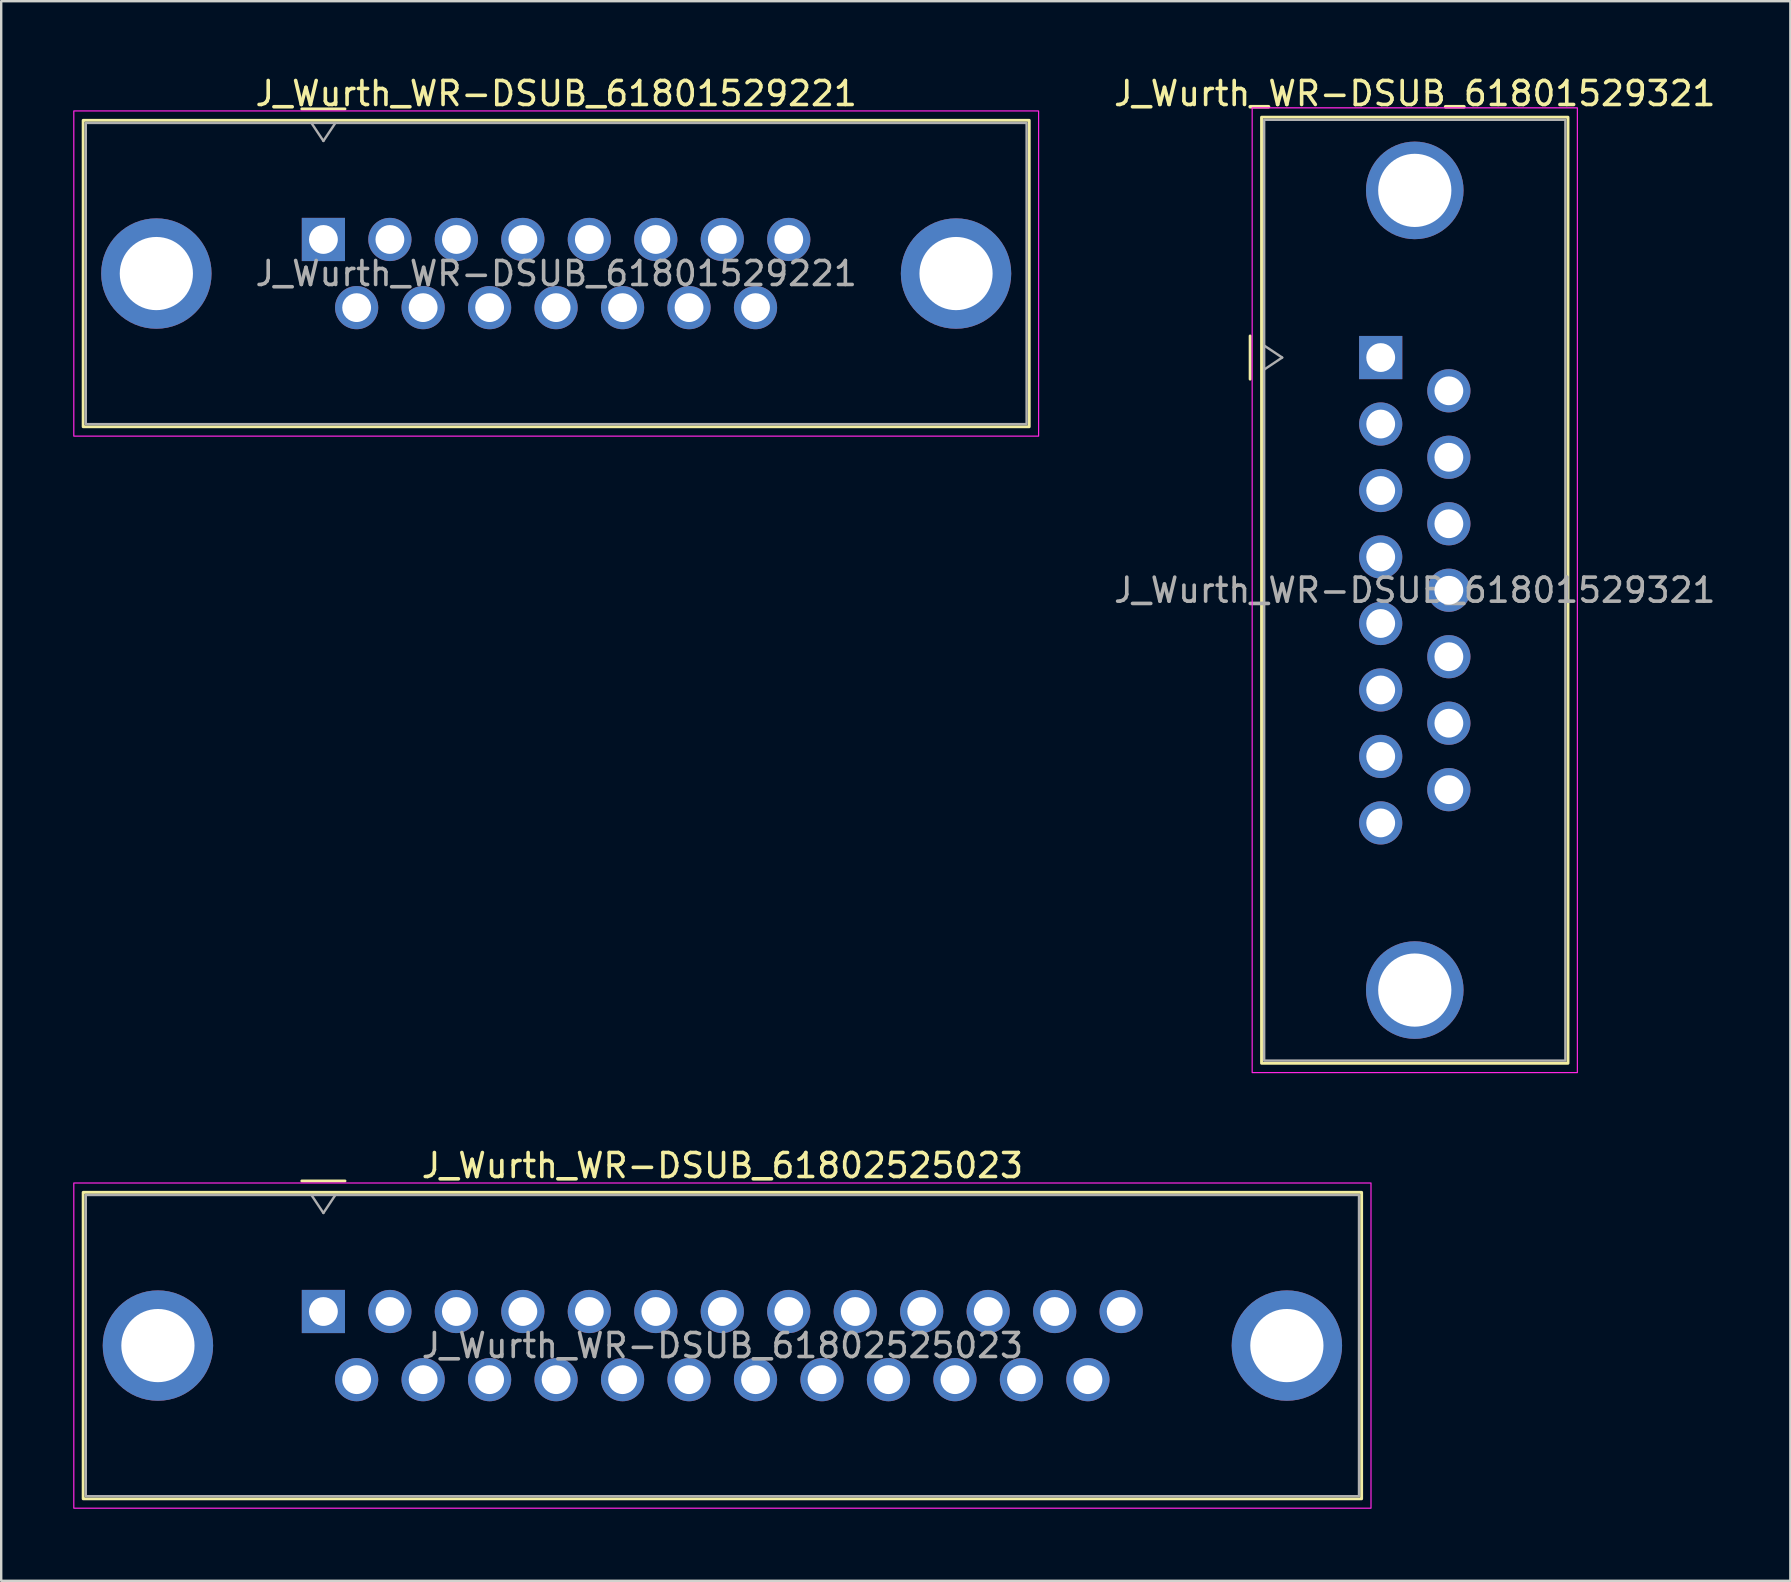
<source format=kicad_pcb>
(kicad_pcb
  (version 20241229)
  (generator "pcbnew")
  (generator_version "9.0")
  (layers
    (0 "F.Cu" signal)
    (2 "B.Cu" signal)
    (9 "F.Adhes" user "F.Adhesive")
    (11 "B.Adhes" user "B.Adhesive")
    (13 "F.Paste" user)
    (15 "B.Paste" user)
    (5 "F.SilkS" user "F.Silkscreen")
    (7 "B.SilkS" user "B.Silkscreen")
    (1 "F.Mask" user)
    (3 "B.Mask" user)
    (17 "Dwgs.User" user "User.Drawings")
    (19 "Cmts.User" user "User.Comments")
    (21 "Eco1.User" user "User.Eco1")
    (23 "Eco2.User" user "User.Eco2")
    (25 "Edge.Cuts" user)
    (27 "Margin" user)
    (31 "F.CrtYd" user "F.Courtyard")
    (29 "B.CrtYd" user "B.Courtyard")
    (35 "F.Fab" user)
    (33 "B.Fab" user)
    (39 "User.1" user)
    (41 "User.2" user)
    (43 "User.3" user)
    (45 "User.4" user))
  (footprint "J_Wurth_WR-DSUB_61801529221"
    (layer "F.Cu")
    (at 10.425 6.928)
    (property "Reference" "J_Wurth_WR-DSUB_61801529221" (at 9.7 -6.08 0) (unlocked yes) (layer "F.SilkS") (effects (font (size 1 1) (thickness 0.15))))
    (attr through_hole)
    (fp_line (start 0.9 -5.44) (end -0.9 -5.44) (stroke (width 0.12) (type solid)) (layer "F.SilkS"))
    (fp_rect (start -10.01 -4.965) (end 29.41 7.805) (stroke (width 0.12) (type solid)) (fill no) (layer "F.SilkS"))
    (fp_rect (start -10.4 -5.355) (end 29.8 8.195) (stroke (width 0.05) (type default)) (fill no) (layer "F.CrtYd"))
    (fp_line (start 0 -4.105) (end -0.5 -4.855) (stroke (width 0.1) (type solid)) (layer "F.Fab"))
    (fp_line (start 0 -4.105) (end 0.5 -4.855) (stroke (width 0.1) (type solid)) (layer "F.Fab"))
    (fp_rect (start -9.9 -4.855) (end 29.3 7.695) (stroke (width 0.1) (type solid)) (fill no) (layer "F.Fab"))
    (fp_text user "${REFERENCE}" (at 9.7 1.42 0) (unlocked yes) (layer "F.Fab") (effects (font (size 1 1) (thickness 0.15))))
    (pad "1" thru_hole rect (at 0 0) (size 1.8 1.8) (drill 1.2) (layers "*.Cu" "*.Mask"))
    (pad "2" thru_hole circle (at 2.77 0) (size 1.8 1.8) (drill 1.2) (layers "*.Cu" "*.Mask"))
    (pad "3" thru_hole circle (at 5.54 0) (size 1.8 1.8) (drill 1.2) (layers "*.Cu" "*.Mask"))
    (pad "4" thru_hole circle (at 8.31 0) (size 1.8 1.8) (drill 1.2) (layers "*.Cu" "*.Mask"))
    (pad "5" thru_hole circle (at 11.08 0) (size 1.8 1.8) (drill 1.2) (layers "*.Cu" "*.Mask"))
    (pad "6" thru_hole circle (at 13.85 0) (size 1.8 1.8) (drill 1.2) (layers "*.Cu" "*.Mask"))
    (pad "7" thru_hole circle (at 16.62 0) (size 1.8 1.8) (drill 1.2) (layers "*.Cu" "*.Mask"))
    (pad "8" thru_hole circle (at 19.39 0) (size 1.8 1.8) (drill 1.2) (layers "*.Cu" "*.Mask"))
    (pad "9" thru_hole circle (at 1.385 2.84) (size 1.8 1.8) (drill 1.2) (layers "*.Cu" "*.Mask"))
    (pad "10" thru_hole circle (at 4.155 2.84) (size 1.8 1.8) (drill 1.2) (layers "*.Cu" "*.Mask"))
    (pad "11" thru_hole circle (at 6.925 2.84) (size 1.8 1.8) (drill 1.2) (layers "*.Cu" "*.Mask"))
    (pad "12" thru_hole circle (at 9.695 2.84) (size 1.8 1.8) (drill 1.2) (layers "*.Cu" "*.Mask"))
    (pad "13" thru_hole circle (at 12.465 2.84) (size 1.8 1.8) (drill 1.2) (layers "*.Cu" "*.Mask"))
    (pad "14" thru_hole circle (at 15.235 2.84) (size 1.8 1.8) (drill 1.2) (layers "*.Cu" "*.Mask"))
    (pad "15" thru_hole circle (at 18.005 2.84) (size 1.8 1.8) (drill 1.2) (layers "*.Cu" "*.Mask"))
    (pad "S1" thru_hole circle (at -6.96 1.42) (size 4.6 4.6) (drill 3.05) (layers "*.Cu" "*.Mask"))
    (pad "S2" thru_hole circle (at 26.36 1.42) (size 4.6 4.6) (drill 3.05) (layers "*.Cu" "*.Mask")))
  (footprint "J_Wurth_WR-DSUB_61802525023"
    (layer "F.Cu")
    (at 10.425 51.596)
    (property "Reference" "J_Wurth_WR-DSUB_61802525023" (at 16.625 -6.08 0) (unlocked yes) (layer "F.SilkS") (effects (font (size 1 1) (thickness 0.15))))
    (attr through_hole)
    (fp_line (start 0.9 -5.44) (end -0.9 -5.44) (stroke (width 0.12) (type solid)) (layer "F.SilkS"))
    (fp_rect (start -10.01 -4.965) (end 43.26 7.805) (stroke (width 0.12) (type solid)) (fill no) (layer "F.SilkS"))
    (fp_rect (start -10.4 -5.355) (end 43.65 8.195) (stroke (width 0.05) (type solid)) (fill no) (layer "F.CrtYd"))
    (fp_line (start 0 -4.105) (end -0.5 -4.855) (stroke (width 0.1) (type solid)) (layer "F.Fab"))
    (fp_line (start 0 -4.105) (end 0.5 -4.855) (stroke (width 0.1) (type solid)) (layer "F.Fab"))
    (fp_rect (start -9.9 -4.855) (end 43.15 7.695) (stroke (width 0.1) (type solid)) (fill no) (layer "F.Fab"))
    (fp_text user "${REFERENCE}" (at 16.625 1.42 0) (unlocked yes) (layer "F.Fab") (effects (font (size 1 1) (thickness 0.15))))
    (pad "1" thru_hole rect (at 0 0) (size 1.8 1.8) (drill 1.2) (layers "*.Cu" "*.Mask"))
    (pad "2" thru_hole circle (at 2.77 0) (size 1.8 1.8) (drill 1.2) (layers "*.Cu" "*.Mask"))
    (pad "3" thru_hole circle (at 5.54 0) (size 1.8 1.8) (drill 1.2) (layers "*.Cu" "*.Mask"))
    (pad "4" thru_hole circle (at 8.31 0) (size 1.8 1.8) (drill 1.2) (layers "*.Cu" "*.Mask"))
    (pad "5" thru_hole circle (at 11.08 0) (size 1.8 1.8) (drill 1.2) (layers "*.Cu" "*.Mask"))
    (pad "6" thru_hole circle (at 13.85 0) (size 1.8 1.8) (drill 1.2) (layers "*.Cu" "*.Mask"))
    (pad "7" thru_hole circle (at 16.62 0) (size 1.8 1.8) (drill 1.2) (layers "*.Cu" "*.Mask"))
    (pad "8" thru_hole circle (at 19.39 0) (size 1.8 1.8) (drill 1.2) (layers "*.Cu" "*.Mask"))
    (pad "9" thru_hole circle (at 22.16 0) (size 1.8 1.8) (drill 1.2) (layers "*.Cu" "*.Mask"))
    (pad "10" thru_hole circle (at 24.93 0) (size 1.8 1.8) (drill 1.2) (layers "*.Cu" "*.Mask"))
    (pad "11" thru_hole circle (at 27.7 0) (size 1.8 1.8) (drill 1.2) (layers "*.Cu" "*.Mask"))
    (pad "12" thru_hole circle (at 30.47 0) (size 1.8 1.8) (drill 1.2) (layers "*.Cu" "*.Mask"))
    (pad "13" thru_hole circle (at 33.24 0) (size 1.8 1.8) (drill 1.2) (layers "*.Cu" "*.Mask"))
    (pad "14" thru_hole circle (at 1.385 2.84) (size 1.8 1.8) (drill 1.2) (layers "*.Cu" "*.Mask"))
    (pad "15" thru_hole circle (at 4.155 2.84) (size 1.8 1.8) (drill 1.2) (layers "*.Cu" "*.Mask"))
    (pad "16" thru_hole circle (at 6.925 2.84) (size 1.8 1.8) (drill 1.2) (layers "*.Cu" "*.Mask"))
    (pad "17" thru_hole circle (at 9.695 2.84) (size 1.8 1.8) (drill 1.2) (layers "*.Cu" "*.Mask"))
    (pad "18" thru_hole circle (at 12.465 2.84) (size 1.8 1.8) (drill 1.2) (layers "*.Cu" "*.Mask"))
    (pad "19" thru_hole circle (at 15.235 2.84) (size 1.8 1.8) (drill 1.2) (layers "*.Cu" "*.Mask"))
    (pad "20" thru_hole circle (at 18.005 2.84) (size 1.8 1.8) (drill 1.2) (layers "*.Cu" "*.Mask"))
    (pad "21" thru_hole circle (at 20.775 2.84) (size 1.8 1.8) (drill 1.2) (layers "*.Cu" "*.Mask"))
    (pad "22" thru_hole circle (at 23.545 2.84) (size 1.8 1.8) (drill 1.2) (layers "*.Cu" "*.Mask"))
    (pad "23" thru_hole circle (at 26.315 2.84) (size 1.8 1.8) (drill 1.2) (layers "*.Cu" "*.Mask"))
    (pad "24" thru_hole circle (at 29.085 2.84) (size 1.8 1.8) (drill 1.2) (layers "*.Cu" "*.Mask"))
    (pad "25" thru_hole circle (at 31.855 2.84) (size 1.8 1.8) (drill 1.2) (layers "*.Cu" "*.Mask"))
    (pad "S1" thru_hole circle (at -6.895 1.42) (size 4.6 4.6) (drill 3.05) (layers "*.Cu" "*.Mask"))
    (pad "S2" thru_hole circle (at 40.145 1.42) (size 4.6 4.6) (drill 3.05) (layers "*.Cu" "*.Mask")))
  (footprint "J_Wurth_WR-DSUB_61801529321"
    (layer "F.Cu")
    (at 54.479 11.848)
    (property "Reference" "J_Wurth_WR-DSUB_61801529321" (at 1.42 -11 0) (unlocked yes) (layer "F.SilkS") (effects (font (size 1 1) (thickness 0.15))))
    (attr through_hole)
    (fp_line (start -5.44 -0.9) (end -5.44 0.9) (stroke (width 0.12) (type solid)) (layer "F.SilkS"))
    (fp_rect (start -4.965 -10.015) (end 7.805 29.405) (stroke (width 0.12) (type default)) (fill no) (layer "F.SilkS"))
    (fp_rect (start -5.355 -10.405) (end 8.195 29.795) (stroke (width 0.05) (type default)) (fill no) (layer "F.CrtYd"))
    (fp_line (start -4.105 0) (end -4.855 -0.5) (stroke (width 0.1) (type solid)) (layer "F.Fab"))
    (fp_line (start -4.105 0) (end -4.855 0.5) (stroke (width 0.1) (type solid)) (layer "F.Fab"))
    (fp_rect (start -4.855 -9.905) (end 7.695 29.295) (stroke (width 0.1) (type solid)) (fill no) (layer "F.Fab"))
    (fp_text user "${REFERENCE}" (at 1.42 9.695 0) (unlocked yes) (layer "F.Fab") (effects (font (size 1 1) (thickness 0.15))))
    (pad "1" thru_hole rect (at 0 0 90) (size 1.8 1.8) (drill 1.2) (layers "*.Cu" "*.Mask"))
    (pad "2" thru_hole circle (at 0 2.77 90) (size 1.8 1.8) (drill 1.2) (layers "*.Cu" "*.Mask"))
    (pad "3" thru_hole circle (at 0 5.54 90) (size 1.8 1.8) (drill 1.2) (layers "*.Cu" "*.Mask"))
    (pad "4" thru_hole circle (at 0 8.31 90) (size 1.8 1.8) (drill 1.2) (layers "*.Cu" "*.Mask"))
    (pad "5" thru_hole circle (at 0 11.08 90) (size 1.8 1.8) (drill 1.2) (layers "*.Cu" "*.Mask"))
    (pad "6" thru_hole circle (at 0 13.85 90) (size 1.8 1.8) (drill 1.2) (layers "*.Cu" "*.Mask"))
    (pad "7" thru_hole circle (at 0 16.62 90) (size 1.8 1.8) (drill 1.2) (layers "*.Cu" "*.Mask"))
    (pad "8" thru_hole circle (at 0 19.39 90) (size 1.8 1.8) (drill 1.2) (layers "*.Cu" "*.Mask"))
    (pad "9" thru_hole circle (at 2.84 1.385 90) (size 1.8 1.8) (drill 1.2) (layers "*.Cu" "*.Mask"))
    (pad "10" thru_hole circle (at 2.84 4.155 90) (size 1.8 1.8) (drill 1.2) (layers "*.Cu" "*.Mask"))
    (pad "11" thru_hole circle (at 2.84 6.925 90) (size 1.8 1.8) (drill 1.2) (layers "*.Cu" "*.Mask"))
    (pad "12" thru_hole circle (at 2.84 9.695 90) (size 1.8 1.8) (drill 1.2) (layers "*.Cu" "*.Mask"))
    (pad "13" thru_hole circle (at 2.84 12.465 90) (size 1.8 1.8) (drill 1.2) (layers "*.Cu" "*.Mask"))
    (pad "14" thru_hole circle (at 2.84 15.235 90) (size 1.8 1.8) (drill 1.2) (layers "*.Cu" "*.Mask"))
    (pad "15" thru_hole circle (at 2.84 18.005 90) (size 1.8 1.8) (drill 1.2) (layers "*.Cu" "*.Mask"))
    (pad "S1" thru_hole circle (at 1.42 26.355 90) (size 4.066 4.066) (drill 3.05) (layers "*.Cu" "*.Mask"))
    (pad "S2" thru_hole circle (at 1.42 -6.965 90) (size 4.066 4.066) (drill 3.05) (layers "*.Cu" "*.Mask")))
  (gr_rect
    (start -3 -3)
    (end 71.548 62.816)
    (stroke (width 0.1) (type default))
    (fill no)
    (layer "Edge.Cuts")))
</source>
